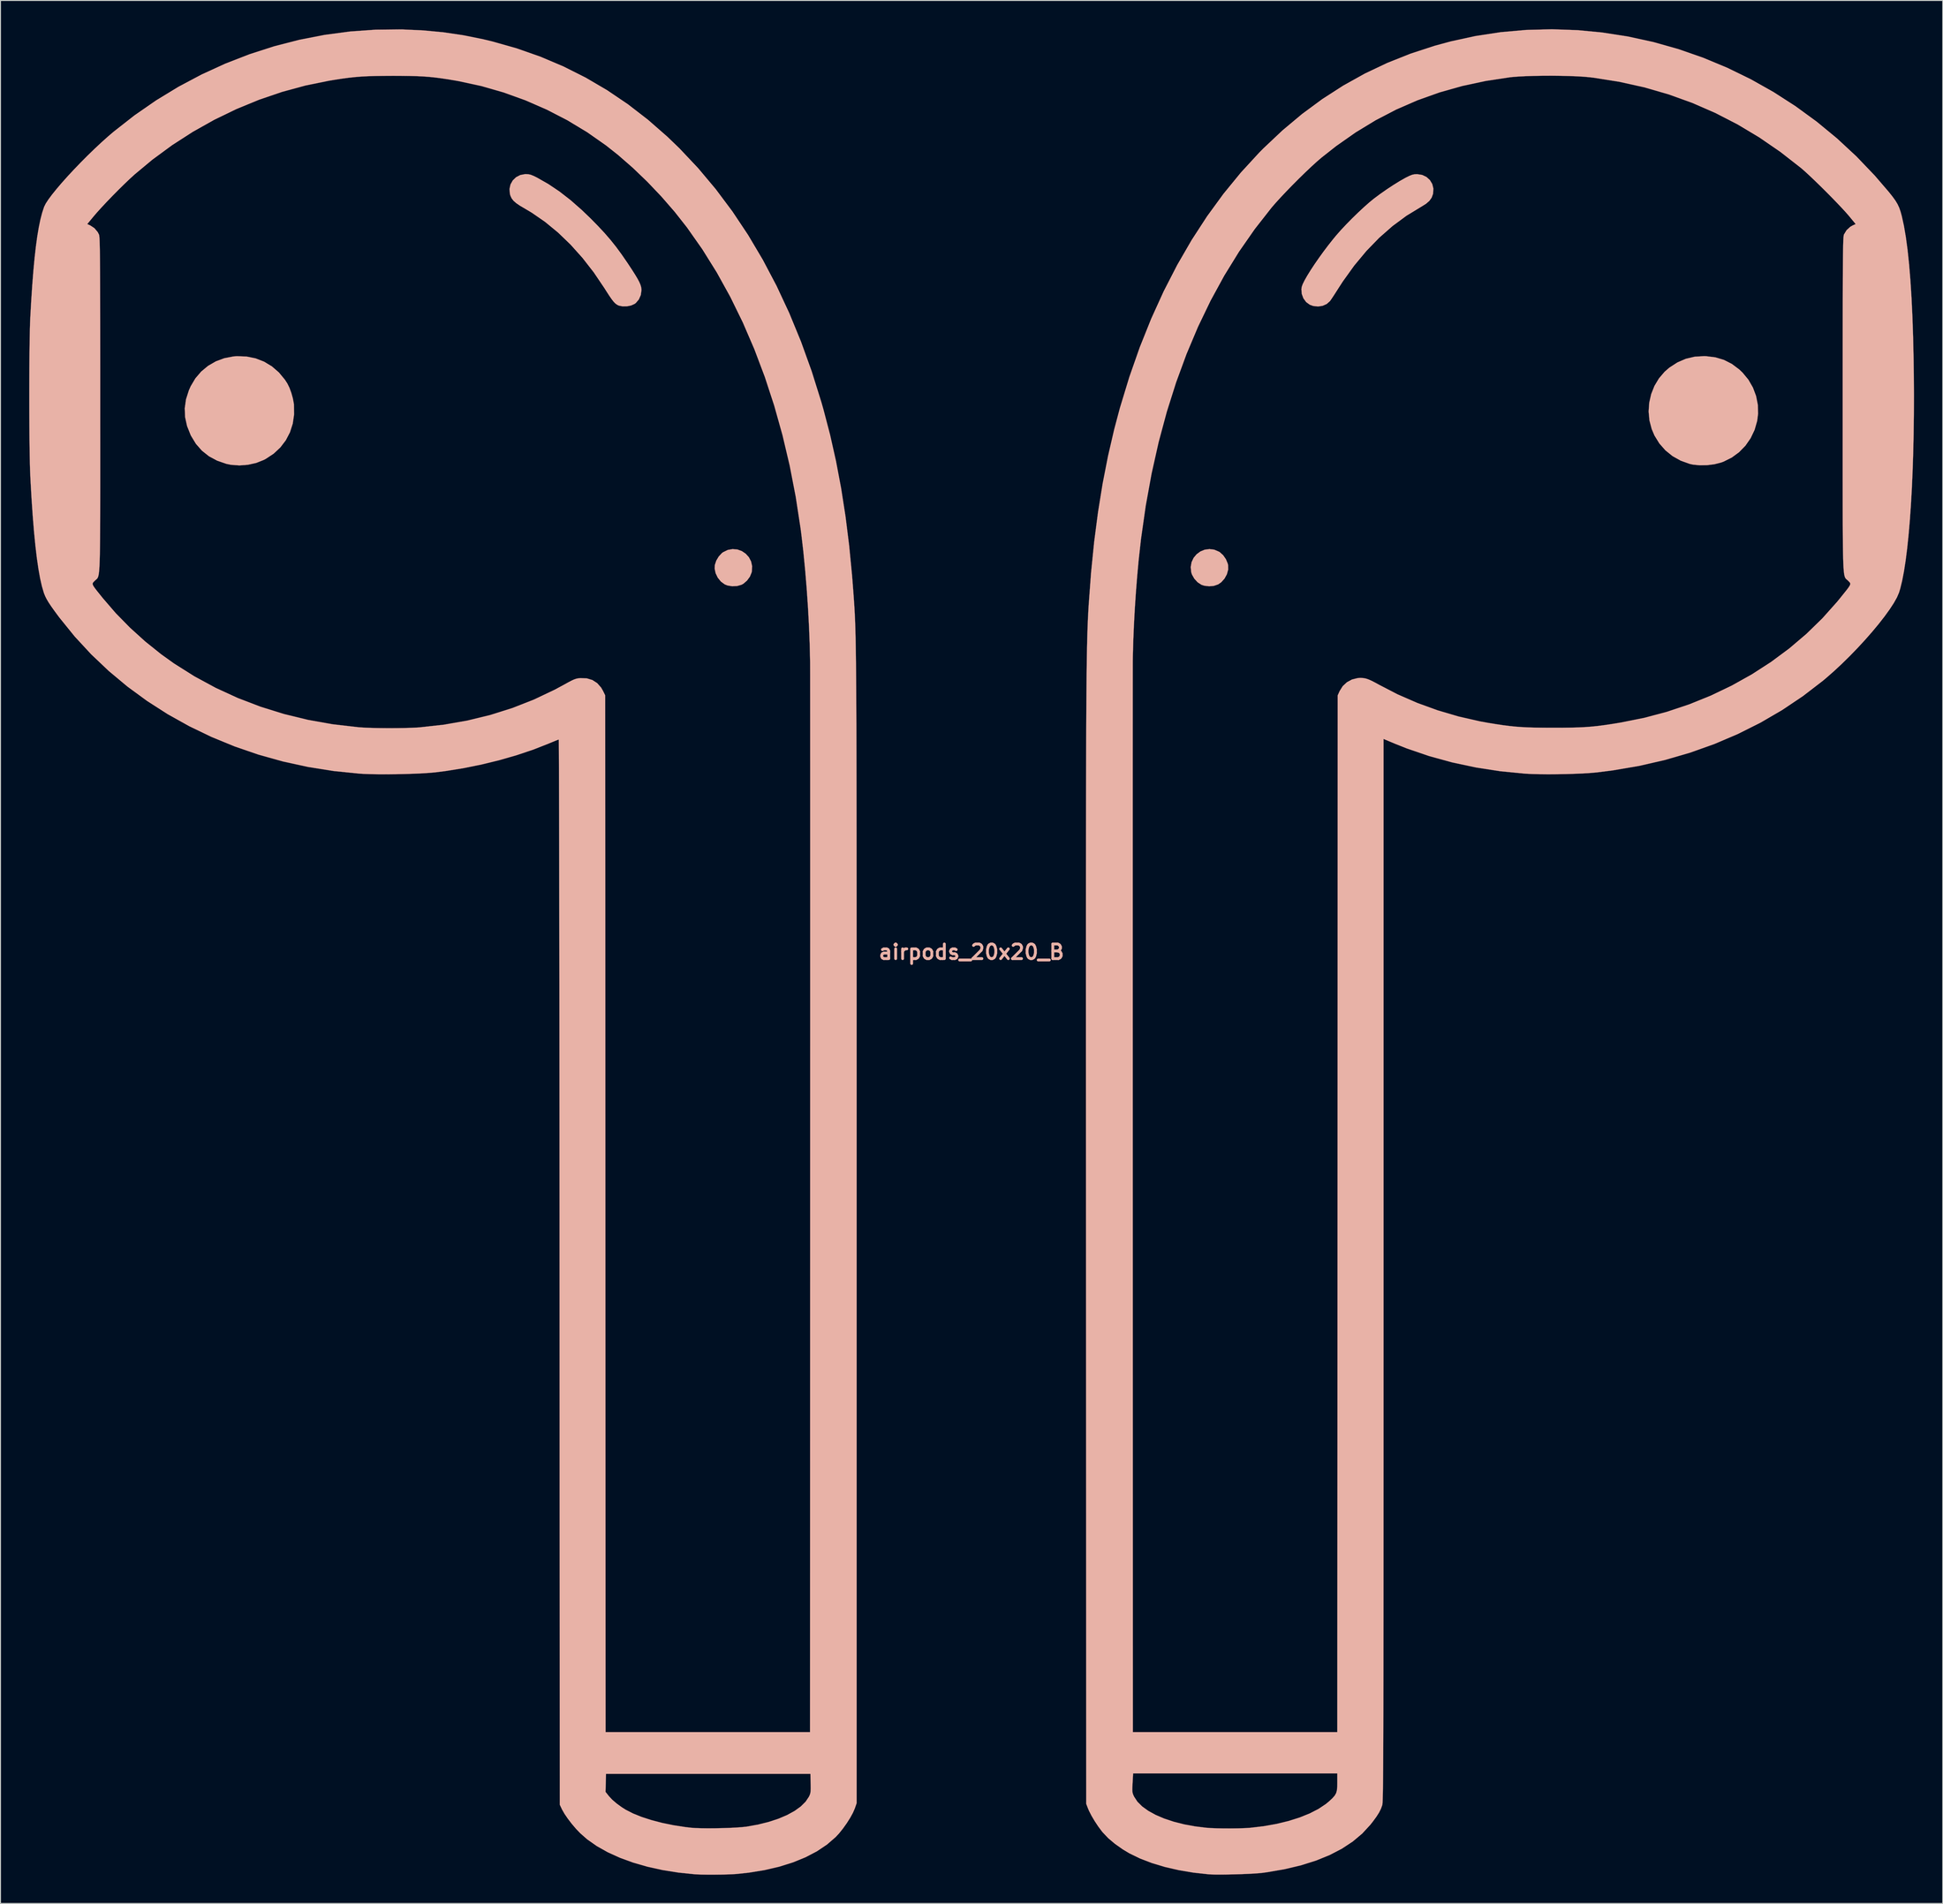
<source format=kicad_pcb>
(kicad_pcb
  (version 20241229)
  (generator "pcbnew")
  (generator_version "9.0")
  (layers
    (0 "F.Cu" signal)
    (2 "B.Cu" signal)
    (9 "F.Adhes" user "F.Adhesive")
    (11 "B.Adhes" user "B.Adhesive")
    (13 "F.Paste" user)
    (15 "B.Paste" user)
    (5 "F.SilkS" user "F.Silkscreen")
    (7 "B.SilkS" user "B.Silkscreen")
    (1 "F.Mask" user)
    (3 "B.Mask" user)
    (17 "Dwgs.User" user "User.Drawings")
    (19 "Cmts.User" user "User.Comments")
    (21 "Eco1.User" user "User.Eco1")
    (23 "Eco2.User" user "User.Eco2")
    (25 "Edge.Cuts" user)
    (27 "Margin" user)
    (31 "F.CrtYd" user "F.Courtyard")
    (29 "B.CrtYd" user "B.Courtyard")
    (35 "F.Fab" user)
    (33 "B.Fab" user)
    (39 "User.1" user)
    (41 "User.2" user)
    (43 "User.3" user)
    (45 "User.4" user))
  (footprint "airpods_20x20_B"
    (layer "F.Cu")
    (at 98.342 96.347)
    (property "Reference" "airpods_20x20_B" (at 0 0 0) (layer "B.SilkS") (effects (font (size 1.524 1.524) (thickness 0.3))))
    (attr through_hole)
    (fp_poly (pts (xy -24.427 -42.024) (xy -23.966 -41.857) (xy -23.56 -41.583) (xy -23.232 -41.219) (xy -23.001 -40.779) (xy -22.891 -40.278) (xy -22.921 -39.731) (xy -22.942 -39.634) (xy -23.122 -39.192) (xy -23.422 -38.781) (xy -23.796 -38.457) (xy -23.998 -38.344) (xy -24.457 -38.212) (xy -24.967 -38.187) (xy -25.459 -38.268) (xy -25.747 -38.382) (xy -26.152 -38.679) (xy -26.478 -39.083) (xy -26.702 -39.549) (xy -26.804 -40.038) (xy -26.784 -40.404) (xy -26.633 -40.863) (xy -26.372 -41.3) (xy -26.043 -41.652) (xy -25.927 -41.738) (xy -25.429 -41.98) (xy -24.922 -42.07) (xy -24.427 -42.024)) (stroke (width 0.01) (type solid)) (fill yes) (layer "B.SilkS"))
    (fp_poly (pts (xy 25.342 -42.006) (xy 25.844 -41.791) (xy 25.927 -41.738) (xy 26.27 -41.428) (xy 26.558 -41.012) (xy 26.749 -40.553) (xy 26.784 -40.404) (xy 26.793 -39.928) (xy 26.661 -39.441) (xy 26.412 -38.985) (xy 26.067 -38.602) (xy 25.747 -38.382) (xy 25.306 -38.23) (xy 24.801 -38.184) (xy 24.3 -38.243) (xy 23.998 -38.344) (xy 23.604 -38.604) (xy 23.261 -38.978) (xy 23.015 -39.412) (xy 22.942 -39.634) (xy 22.885 -40.187) (xy 22.973 -40.697) (xy 23.185 -41.149) (xy 23.498 -41.527) (xy 23.892 -41.817) (xy 24.345 -42.004) (xy 24.836 -42.071) (xy 25.342 -42.006)) (stroke (width 0.01) (type solid)) (fill yes) (layer "B.SilkS"))
    (fp_poly (pts (xy 76.666 -62.208) (xy 77.638 -62.089) (xy 78.534 -61.821) (xy 79.363 -61.4) (xy 80.133 -60.822) (xy 80.48 -60.492) (xy 81.087 -59.757) (xy 81.56 -58.938) (xy 81.891 -58.057) (xy 82.074 -57.136) (xy 82.101 -56.2) (xy 82.006 -55.453) (xy 81.737 -54.513) (xy 81.324 -53.646) (xy 80.782 -52.866) (xy 80.123 -52.189) (xy 79.36 -51.629) (xy 78.506 -51.202) (xy 78.23 -51.101) (xy 77.534 -50.924) (xy 76.772 -50.829) (xy 76.002 -50.817) (xy 75.285 -50.891) (xy 74.962 -50.963) (xy 74.023 -51.3) (xy 73.175 -51.775) (xy 72.43 -52.377) (xy 71.798 -53.096) (xy 71.29 -53.921) (xy 71.001 -54.598) (xy 70.762 -55.504) (xy 70.678 -56.43) (xy 70.741 -57.352) (xy 70.946 -58.25) (xy 71.285 -59.102) (xy 71.754 -59.887) (xy 72.345 -60.581) (xy 72.851 -61.02) (xy 73.689 -61.56) (xy 74.562 -61.937) (xy 75.483 -62.154) (xy 76.464 -62.214) (xy 76.666 -62.208)) (stroke (width 0.01) (type solid)) (fill yes) (layer "B.SilkS"))
    (fp_poly (pts (xy -75.665 -62.172) (xy -74.714 -61.979) (xy -73.826 -61.633) (xy -73.012 -61.141) (xy -72.284 -60.51) (xy -71.653 -59.746) (xy -71.399 -59.351) (xy -71.183 -58.912) (xy -70.985 -58.373) (xy -70.825 -57.8) (xy -70.726 -57.263) (xy -70.714 -57.156) (xy -70.697 -56.139) (xy -70.837 -55.171) (xy -71.128 -54.264) (xy -71.562 -53.43) (xy -72.134 -52.68) (xy -72.836 -52.026) (xy -73.663 -51.481) (xy -73.859 -51.378) (xy -74.65 -51.064) (xy -75.515 -50.871) (xy -76.408 -50.803) (xy -77.279 -50.866) (xy -77.766 -50.966) (xy -78.73 -51.3) (xy -79.581 -51.759) (xy -80.318 -52.344) (xy -80.941 -53.054) (xy -81.45 -53.889) (xy -81.493 -53.975) (xy -81.867 -54.914) (xy -82.072 -55.844) (xy -82.109 -56.771) (xy -81.978 -57.702) (xy -81.678 -58.642) (xy -81.488 -59.07) (xy -81.001 -59.89) (xy -80.391 -60.603) (xy -79.674 -61.199) (xy -78.865 -61.667) (xy -77.98 -61.997) (xy -77.035 -62.18) (xy -76.666 -62.208) (xy -75.665 -62.172)) (stroke (width 0.01) (type solid)) (fill yes) (layer "B.SilkS"))
    (fp_poly (pts (xy -46.24 -81.204) (xy -45.986 -81.146) (xy -45.693 -81.028) (xy -45.353 -80.859) (xy -44.17 -80.186) (xy -43.005 -79.404) (xy -41.84 -78.499) (xy -40.655 -77.458) (xy -39.745 -76.582) (xy -38.96 -75.782) (xy -38.276 -75.047) (xy -37.663 -74.337) (xy -37.087 -73.615) (xy -36.519 -72.842) (xy -35.924 -71.978) (xy -35.86 -71.882) (xy -35.436 -71.24) (xy -35.102 -70.715) (xy -34.848 -70.289) (xy -34.665 -69.943) (xy -34.543 -69.656) (xy -34.472 -69.412) (xy -34.442 -69.189) (xy -34.44 -69.099) (xy -34.512 -68.592) (xy -34.715 -68.133) (xy -35.027 -67.766) (xy -35.159 -67.666) (xy -35.52 -67.503) (xy -35.956 -67.415) (xy -36.403 -67.408) (xy -36.793 -67.487) (xy -36.895 -67.53) (xy -37.053 -67.624) (xy -37.207 -67.75) (xy -37.372 -67.927) (xy -37.564 -68.177) (xy -37.8 -68.519) (xy -38.095 -68.975) (xy -38.317 -69.325) (xy -39.416 -70.954) (xy -40.594 -72.468) (xy -41.841 -73.859) (xy -43.147 -75.117) (xy -44.502 -76.232) (xy -45.896 -77.194) (xy -46.586 -77.604) (xy -47.117 -77.917) (xy -47.513 -78.187) (xy -47.797 -78.437) (xy -47.991 -78.688) (xy -48.118 -78.961) (xy -48.171 -79.144) (xy -48.215 -79.659) (xy -48.11 -80.139) (xy -47.875 -80.558) (xy -47.529 -80.894) (xy -47.091 -81.122) (xy -46.582 -81.218) (xy -46.507 -81.22) (xy -46.24 -81.204)) (stroke (width 0.01) (type solid)) (fill yes) (layer "B.SilkS"))
    (fp_poly (pts (xy 46.515 -81.214) (xy 47.038 -81.134) (xy 47.488 -80.92) (xy 47.847 -80.596) (xy 48.094 -80.185) (xy 48.212 -79.711) (xy 48.182 -79.196) (xy 48.171 -79.144) (xy 48.031 -78.76) (xy 47.795 -78.427) (xy 47.439 -78.118) (xy 46.941 -77.808) (xy 46.92 -77.796) (xy 45.406 -76.874) (xy 43.947 -75.795) (xy 42.548 -74.565) (xy 41.214 -73.188) (xy 39.951 -71.67) (xy 38.764 -70.017) (xy 38.316 -69.325) (xy 38.057 -68.918) (xy 37.815 -68.544) (xy 37.611 -68.235) (xy 37.465 -68.023) (xy 37.421 -67.963) (xy 37.081 -67.66) (xy 36.648 -67.468) (xy 36.165 -67.395) (xy 35.672 -67.449) (xy 35.32 -67.576) (xy 34.936 -67.856) (xy 34.649 -68.246) (xy 34.477 -68.707) (xy 34.438 -69.201) (xy 34.473 -69.448) (xy 34.576 -69.736) (xy 34.774 -70.134) (xy 35.053 -70.625) (xy 35.402 -71.187) (xy 35.807 -71.803) (xy 36.256 -72.452) (xy 36.734 -73.115) (xy 37.23 -73.772) (xy 37.73 -74.405) (xy 38.058 -74.803) (xy 38.541 -75.353) (xy 39.105 -75.955) (xy 39.717 -76.578) (xy 40.347 -77.193) (xy 40.962 -77.767) (xy 41.531 -78.27) (xy 41.995 -78.65) (xy 42.634 -79.127) (xy 43.324 -79.611) (xy 44.022 -80.072) (xy 44.685 -80.483) (xy 45.27 -80.816) (xy 45.352 -80.859) (xy 45.719 -81.04) (xy 45.997 -81.149) (xy 46.241 -81.201) (xy 46.505 -81.214) (xy 46.515 -81.214)) (stroke (width 0.01) (type solid)) (fill yes) (layer "B.SilkS"))
    (fp_poly (pts (xy 63.272 -96.247) (xy 65.799 -96.008) (xy 68.506 -95.588) (xy 71.175 -95.006) (xy 73.799 -94.265) (xy 76.371 -93.368) (xy 78.885 -92.321) (xy 81.334 -91.126) (xy 83.711 -89.787) (xy 86.008 -88.308) (xy 88.221 -86.693) (xy 90.341 -84.945) (xy 92.362 -83.069) (xy 94.277 -81.067) (xy 95.734 -79.371) (xy 96.131 -78.872) (xy 96.433 -78.455) (xy 96.659 -78.078) (xy 96.834 -77.702) (xy 96.977 -77.286) (xy 97.1 -76.835) (xy 97.322 -75.825) (xy 97.523 -74.648) (xy 97.704 -73.306) (xy 97.862 -71.799) (xy 98 -70.129) (xy 98.116 -68.297) (xy 98.211 -66.303) (xy 98.284 -64.15) (xy 98.335 -61.838) (xy 98.356 -60.325) (xy 98.369 -58.178) (xy 98.362 -56.08) (xy 98.336 -54.04) (xy 98.291 -52.067) (xy 98.228 -50.17) (xy 98.148 -48.358) (xy 98.05 -46.639) (xy 97.936 -45.022) (xy 97.806 -43.516) (xy 97.661 -42.129) (xy 97.502 -40.871) (xy 97.328 -39.75) (xy 97.141 -38.775) (xy 96.942 -37.955) (xy 96.81 -37.523) (xy 96.597 -37.025) (xy 96.265 -36.434) (xy 95.827 -35.764) (xy 95.296 -35.03) (xy 94.685 -34.247) (xy 94.004 -33.428) (xy 93.268 -32.589) (xy 92.488 -31.743) (xy 91.678 -30.906) (xy 90.849 -30.091) (xy 90.014 -29.314) (xy 89.185 -28.588) (xy 88.858 -28.314) (xy 86.787 -26.722) (xy 84.616 -25.265) (xy 82.347 -23.943) (xy 79.985 -22.759) (xy 77.534 -21.714) (xy 74.997 -20.81) (xy 72.378 -20.048) (xy 69.681 -19.43) (xy 66.91 -18.957) (xy 65.278 -18.751) (xy 64.639 -18.694) (xy 63.867 -18.645) (xy 63 -18.607) (xy 62.072 -18.579) (xy 61.121 -18.562) (xy 60.184 -18.557) (xy 59.297 -18.564) (xy 58.496 -18.584) (xy 57.817 -18.618) (xy 57.785 -18.62) (xy 55.196 -18.873) (xy 52.651 -19.267) (xy 50.166 -19.797) (xy 47.757 -20.461) (xy 45.439 -21.254) (xy 44.217 -21.74) (xy 43.011 -22.245) (xy 43.011 33.185) (xy 43.011 36.873) (xy 43.011 40.396) (xy 43.01 43.757) (xy 43.01 46.96) (xy 43.01 50.009) (xy 43.01 52.907) (xy 43.009 55.659) (xy 43.008 58.268) (xy 43.008 60.738) (xy 43.007 63.073) (xy 43.006 65.277) (xy 43.005 67.353) (xy 43.004 69.305) (xy 43.002 71.137) (xy 43 72.853) (xy 42.999 74.456) (xy 42.997 75.951) (xy 42.994 77.341) (xy 42.992 78.63) (xy 42.989 79.821) (xy 42.987 80.919) (xy 42.984 81.928) (xy 42.98 82.85) (xy 42.977 83.691) (xy 42.973 84.453) (xy 42.969 85.141) (xy 42.964 85.758) (xy 42.96 86.308) (xy 42.955 86.795) (xy 42.949 87.223) (xy 42.944 87.595) (xy 42.938 87.915) (xy 42.931 88.188) (xy 42.925 88.416) (xy 42.918 88.604) (xy 42.91 88.755) (xy 42.903 88.874) (xy 42.894 88.963) (xy 42.886 89.028) (xy 42.877 89.071) (xy 42.876 89.075) (xy 42.739 89.456) (xy 42.541 89.85) (xy 42.265 90.285) (xy 41.893 90.792) (xy 41.627 91.129) (xy 40.783 92.044) (xy 39.793 92.875) (xy 38.658 93.623) (xy 37.38 94.286) (xy 35.96 94.863) (xy 34.399 95.355) (xy 32.699 95.76) (xy 30.862 96.078) (xy 30.388 96.143) (xy 30.002 96.182) (xy 29.484 96.219) (xy 28.869 96.251) (xy 28.192 96.279) (xy 27.485 96.3) (xy 26.784 96.316) (xy 26.121 96.323) (xy 25.533 96.323) (xy 25.051 96.312) (xy 24.765 96.297) (xy 23.165 96.121) (xy 21.63 95.862) (xy 20.177 95.526) (xy 18.823 95.118) (xy 17.585 94.642) (xy 16.479 94.103) (xy 15.812 93.704) (xy 14.975 93.114) (xy 14.282 92.529) (xy 13.712 91.93) (xy 13.605 91.8) (xy 13.225 91.29) (xy 12.856 90.731) (xy 12.526 90.171) (xy 12.265 89.66) (xy 12.161 89.415) (xy 11.98 88.942) (xy 11.98 87.491) (xy 16.789 87.491) (xy 16.804 87.709) (xy 16.845 87.886) (xy 16.916 88.064) (xy 16.979 88.195) (xy 17.323 88.719) (xy 17.822 89.215) (xy 18.464 89.677) (xy 19.236 90.1) (xy 20.126 90.48) (xy 21.12 90.809) (xy 22.207 91.084) (xy 23.373 91.297) (xy 24.469 91.432) (xy 24.994 91.47) (xy 25.642 91.495) (xy 26.366 91.508) (xy 27.118 91.509) (xy 27.852 91.499) (xy 28.521 91.476) (xy 29.079 91.441) (xy 29.125 91.436) (xy 30.518 91.271) (xy 31.847 91.034) (xy 33.097 90.73) (xy 34.253 90.365) (xy 35.298 89.944) (xy 36.217 89.472) (xy 36.994 88.954) (xy 37.338 88.668) (xy 37.681 88.346) (xy 37.916 88.078) (xy 38.064 87.817) (xy 38.145 87.519) (xy 38.179 87.137) (xy 38.185 86.71) (xy 38.185 85.767) (xy 16.874 85.767) (xy 16.818 86.759) (xy 16.795 87.188) (xy 16.789 87.491) (xy 11.98 87.491) (xy 11.955 31.03) (xy 11.953 27.12) (xy 11.952 23.374) (xy 11.95 19.79) (xy 11.949 16.364) (xy 11.948 13.092) (xy 11.947 9.969) (xy 11.947 6.992) (xy 11.946 4.157) (xy 11.946 1.461) (xy 11.947 -1.102) (xy 11.947 -3.534) (xy 11.948 -5.839) (xy 11.949 -8.023) (xy 11.949 -8.288) (xy 16.831 -8.288) (xy 16.831 -5.947) (xy 16.831 -3.519) (xy 16.831 -1.009) (xy 16.832 1.578) (xy 16.832 4.238) (xy 16.832 6.966) (xy 16.833 9.757) (xy 16.833 12.608) (xy 16.833 15.513) (xy 16.834 18.467) (xy 16.835 21.467) (xy 16.835 24.507) (xy 16.836 26.268) (xy 16.849 81.449) (xy 38.184 81.449) (xy 38.206 27.326) (xy 38.227 -26.797) (xy 38.429 -27.245) (xy 38.751 -27.759) (xy 39.19 -28.167) (xy 39.72 -28.453) (xy 40.316 -28.601) (xy 40.602 -28.617) (xy 40.887 -28.603) (xy 41.162 -28.553) (xy 41.46 -28.453) (xy 41.815 -28.293) (xy 42.261 -28.059) (xy 42.545 -27.901) (xy 44.483 -26.898) (xy 46.529 -26.006) (xy 48.656 -25.233) (xy 50.836 -24.59) (xy 53.041 -24.086) (xy 53.906 -23.929) (xy 54.721 -23.795) (xy 55.446 -23.686) (xy 56.114 -23.6) (xy 56.757 -23.533) (xy 57.407 -23.484) (xy 58.096 -23.45) (xy 58.857 -23.429) (xy 59.721 -23.418) (xy 60.722 -23.415) (xy 60.748 -23.415) (xy 61.742 -23.417) (xy 62.599 -23.428) (xy 63.354 -23.448) (xy 64.038 -23.481) (xy 64.685 -23.529) (xy 65.329 -23.594) (xy 66.001 -23.681) (xy 66.736 -23.789) (xy 67.567 -23.924) (xy 67.812 -23.965) (xy 70.234 -24.451) (xy 72.609 -25.085) (xy 74.927 -25.861) (xy 77.181 -26.774) (xy 79.359 -27.819) (xy 81.454 -28.99) (xy 83.456 -30.283) (xy 85.356 -31.692) (xy 87.144 -33.212) (xy 88.812 -34.838) (xy 90.351 -36.564) (xy 90.653 -36.934) (xy 91.037 -37.412) (xy 91.327 -37.776) (xy 91.531 -38.045) (xy 91.659 -38.241) (xy 91.72 -38.381) (xy 91.722 -38.487) (xy 91.675 -38.577) (xy 91.588 -38.672) (xy 91.499 -38.761) (xy 91.434 -38.822) (xy 91.374 -38.873) (xy 91.319 -38.919) (xy 91.268 -38.968) (xy 91.223 -39.026) (xy 91.181 -39.101) (xy 91.144 -39.198) (xy 91.11 -39.326) (xy 91.08 -39.49) (xy 91.054 -39.699) (xy 91.031 -39.958) (xy 91.011 -40.274) (xy 90.994 -40.655) (xy 90.979 -41.107) (xy 90.967 -41.638) (xy 90.957 -42.253) (xy 90.949 -42.961) (xy 90.943 -43.767) (xy 90.938 -44.679) (xy 90.935 -45.703) (xy 90.933 -46.847) (xy 90.932 -48.117) (xy 90.931 -49.52) (xy 90.931 -51.063) (xy 90.931 -52.754) (xy 90.932 -54.598) (xy 90.932 -56.602) (xy 90.932 -57.15) (xy 90.932 -59.189) (xy 90.932 -61.066) (xy 90.933 -62.787) (xy 90.934 -64.36) (xy 90.935 -65.789) (xy 90.937 -67.084) (xy 90.939 -68.25) (xy 90.942 -69.294) (xy 90.945 -70.223) (xy 90.949 -71.043) (xy 90.954 -71.762) (xy 90.959 -72.387) (xy 90.965 -72.923) (xy 90.972 -73.378) (xy 90.98 -73.759) (xy 90.989 -74.072) (xy 90.998 -74.324) (xy 91.009 -74.523) (xy 91.021 -74.674) (xy 91.034 -74.784) (xy 91.048 -74.861) (xy 91.063 -74.911) (xy 91.063 -74.912) (xy 91.337 -75.363) (xy 91.724 -75.719) (xy 91.969 -75.858) (xy 92.286 -76.003) (xy 91.593 -76.843) (xy 91.27 -77.215) (xy 90.846 -77.678) (xy 90.344 -78.208) (xy 89.788 -78.782) (xy 89.2 -79.376) (xy 88.605 -79.967) (xy 88.025 -80.531) (xy 87.485 -81.044) (xy 87.008 -81.484) (xy 86.618 -81.827) (xy 86.572 -81.865) (xy 84.431 -83.536) (xy 82.228 -85.05) (xy 79.963 -86.407) (xy 77.633 -87.607) (xy 75.239 -88.651) (xy 72.778 -89.539) (xy 70.25 -90.272) (xy 67.654 -90.85) (xy 64.988 -91.274) (xy 64.558 -91.327) (xy 63.959 -91.383) (xy 63.226 -91.427) (xy 62.391 -91.459) (xy 61.488 -91.48) (xy 60.548 -91.488) (xy 59.603 -91.485) (xy 58.685 -91.47) (xy 57.828 -91.443) (xy 57.063 -91.403) (xy 56.422 -91.352) (xy 56.219 -91.33) (xy 53.673 -90.944) (xy 51.22 -90.418) (xy 48.851 -89.748) (xy 46.561 -88.931) (xy 44.344 -87.966) (xy 42.194 -86.848) (xy 40.104 -85.577) (xy 38.068 -84.149) (xy 36.534 -82.94) (xy 36.049 -82.523) (xy 35.479 -82.003) (xy 34.851 -81.407) (xy 34.19 -80.762) (xy 33.523 -80.093) (xy 32.876 -79.427) (xy 32.274 -78.789) (xy 31.743 -78.206) (xy 31.331 -77.729) (xy 29.574 -75.487) (xy 27.926 -73.119) (xy 26.388 -70.625) (xy 24.961 -68.011) (xy 23.646 -65.279) (xy 22.446 -62.433) (xy 21.36 -59.475) (xy 20.39 -56.41) (xy 19.537 -53.24) (xy 18.804 -49.968) (xy 18.19 -46.599) (xy 17.697 -43.134) (xy 17.448 -40.894) (xy 17.297 -39.249) (xy 17.163 -37.539) (xy 17.048 -35.808) (xy 16.956 -34.099) (xy 16.888 -32.454) (xy 16.847 -30.918) (xy 16.839 -30.395) (xy 16.838 -30.229) (xy 16.837 -29.897) (xy 16.837 -29.406) (xy 16.836 -28.759) (xy 16.835 -27.961) (xy 16.835 -27.017) (xy 16.834 -25.931) (xy 16.834 -24.708) (xy 16.833 -23.352) (xy 16.833 -21.869) (xy 16.832 -20.262) (xy 16.832 -18.536) (xy 16.832 -16.697) (xy 16.831 -14.747) (xy 16.831 -12.693) (xy 16.831 -10.539) (xy 16.831 -8.288) (xy 11.949 -8.288) (xy 11.951 -10.087) (xy 11.952 -12.037) (xy 11.955 -13.876) (xy 11.957 -15.609) (xy 11.96 -17.238) (xy 11.964 -18.768) (xy 11.968 -20.203) (xy 11.972 -21.547) (xy 11.977 -22.803) (xy 11.982 -23.976) (xy 11.988 -25.069) (xy 11.994 -26.087) (xy 12.001 -27.033) (xy 12.009 -27.911) (xy 12.017 -28.725) (xy 12.025 -29.479) (xy 12.035 -30.177) (xy 12.044 -30.823) (xy 12.055 -31.42) (xy 12.066 -31.973) (xy 12.078 -32.485) (xy 12.09 -32.961) (xy 12.104 -33.404) (xy 12.117 -33.818) (xy 12.132 -34.207) (xy 12.147 -34.575) (xy 12.164 -34.926) (xy 12.181 -35.264) (xy 12.198 -35.593) (xy 12.217 -35.916) (xy 12.236 -36.237) (xy 12.236 -36.237) (xy 12.485 -39.603) (xy 12.809 -42.829) (xy 13.212 -45.927) (xy 13.694 -48.912) (xy 14.258 -51.794) (xy 14.906 -54.588) (xy 15.496 -56.805) (xy 16.478 -60.031) (xy 17.567 -63.138) (xy 18.764 -66.124) (xy 20.066 -68.987) (xy 21.473 -71.725) (xy 22.983 -74.335) (xy 24.595 -76.816) (xy 26.308 -79.165) (xy 28.12 -81.38) (xy 30.031 -83.459) (xy 30.475 -83.908) (xy 32.458 -85.778) (xy 34.505 -87.492) (xy 36.619 -89.052) (xy 38.805 -90.46) (xy 41.066 -91.719) (xy 43.405 -92.828) (xy 45.826 -93.792) (xy 48.332 -94.612) (xy 50.038 -95.076) (xy 52.627 -95.639) (xy 55.252 -96.038) (xy 57.907 -96.272) (xy 60.582 -96.342) (xy 63.272 -96.247)) (stroke (width 0.01) (type solid)) (fill yes) (layer "B.SilkS"))
    (fp_poly (pts (xy -59.394 -96.323) (xy -57.208 -96.222) (xy -55.117 -96.025) (xy -53.074 -95.724) (xy -51.029 -95.313) (xy -50.038 -95.076) (xy -47.469 -94.349) (xy -44.986 -93.477) (xy -42.584 -92.458) (xy -40.263 -91.291) (xy -38.02 -89.975) (xy -35.851 -88.508) (xy -33.755 -86.888) (xy -31.73 -85.116) (xy -30.477 -83.908) (xy -28.534 -81.847) (xy -26.692 -79.651) (xy -24.95 -77.321) (xy -23.31 -74.859) (xy -21.773 -72.266) (xy -20.34 -69.546) (xy -19.012 -66.698) (xy -17.79 -63.726) (xy -16.675 -60.631) (xy -15.667 -57.415) (xy -15.452 -56.661) (xy -14.754 -53.994) (xy -14.138 -51.253) (xy -13.603 -48.423) (xy -13.146 -45.49) (xy -12.765 -42.44) (xy -12.456 -39.257) (xy -12.324 -37.55) (xy -12.303 -37.245) (xy -12.282 -36.954) (xy -12.262 -36.671) (xy -12.243 -36.393) (xy -12.225 -36.116) (xy -12.208 -35.836) (xy -12.192 -35.549) (xy -12.176 -35.251) (xy -12.161 -34.939) (xy -12.147 -34.608) (xy -12.134 -34.255) (xy -12.121 -33.875) (xy -12.11 -33.465) (xy -12.098 -33.02) (xy -12.088 -32.538) (xy -12.078 -32.013) (xy -12.069 -31.443) (xy -12.06 -30.823) (xy -12.052 -30.149) (xy -12.045 -29.417) (xy -12.038 -28.624) (xy -12.031 -27.765) (xy -12.025 -26.838) (xy -12.02 -25.836) (xy -12.015 -24.758) (xy -12.01 -23.599) (xy -12.006 -22.354) (xy -12.002 -21.021) (xy -11.999 -19.595) (xy -11.996 -18.072) (xy -11.993 -16.449) (xy -11.991 -14.721) (xy -11.989 -12.885) (xy -11.987 -10.936) (xy -11.986 -8.872) (xy -11.984 -6.687) (xy -11.983 -4.378) (xy -11.982 -1.941) (xy -11.982 0.628) (xy -11.981 3.332) (xy -11.981 6.176) (xy -11.981 9.164) (xy -11.98 12.299) (xy -11.98 15.585) (xy -11.98 19.027) (xy -11.98 22.627) (xy -11.98 26.391) (xy -11.98 28.744) (xy -11.98 88.858) (xy -12.174 89.417) (xy -12.368 89.868) (xy -12.657 90.395) (xy -13.013 90.957) (xy -13.409 91.513) (xy -13.816 92.022) (xy -14.175 92.409) (xy -15.078 93.189) (xy -16.125 93.891) (xy -17.308 94.511) (xy -18.62 95.048) (xy -20.053 95.498) (xy -21.6 95.859) (xy -23.252 96.127) (xy -24.511 96.262) (xy -24.956 96.29) (xy -25.522 96.312) (xy -26.166 96.326) (xy -26.843 96.333) (xy -27.508 96.333) (xy -28.119 96.324) (xy -28.632 96.307) (xy -28.871 96.293) (xy -30.594 96.116) (xy -32.249 95.851) (xy -33.825 95.502) (xy -35.311 95.073) (xy -36.694 94.568) (xy -37.962 93.992) (xy -39.104 93.349) (xy -40.108 92.643) (xy -40.827 92.011) (xy -41.273 91.545) (xy -41.716 91.024) (xy -42.126 90.489) (xy -42.473 89.98) (xy -42.726 89.538) (xy -42.748 89.493) (xy -42.968 89.027) (xy -42.969 87.693) (xy -38.19 87.693) (xy -37.844 88.131) (xy -37.496 88.505) (xy -37.033 88.904) (xy -36.497 89.294) (xy -36.079 89.558) (xy -35.317 89.947) (xy -34.412 90.311) (xy -33.39 90.641) (xy -32.278 90.931) (xy -31.1 91.173) (xy -29.883 91.361) (xy -29.252 91.435) (xy -28.794 91.467) (xy -28.205 91.486) (xy -27.523 91.494) (xy -26.785 91.49) (xy -26.026 91.475) (xy -25.284 91.451) (xy -24.595 91.417) (xy -23.996 91.375) (xy -23.524 91.326) (xy -23.465 91.318) (xy -22.272 91.104) (xy -21.164 90.828) (xy -20.152 90.496) (xy -19.248 90.112) (xy -18.464 89.683) (xy -17.813 89.214) (xy -17.306 88.711) (xy -16.964 88.199) (xy -16.875 88.009) (xy -16.818 87.831) (xy -16.786 87.623) (xy -16.775 87.342) (xy -16.779 86.947) (xy -16.783 86.802) (xy -16.806 85.81) (xy -38.142 85.81) (xy -38.19 87.693) (xy -42.969 87.693) (xy -42.99 33.422) (xy -42.991 30.36) (xy -42.992 27.341) (xy -42.994 24.368) (xy -42.996 21.445) (xy -42.998 18.578) (xy -43 15.771) (xy -43.002 13.028) (xy -43.004 10.354) (xy -43.007 7.752) (xy -43.009 5.228) (xy -43.012 2.786) (xy -43.015 0.43) (xy -43.018 -1.835) (xy -43.021 -4.005) (xy -43.024 -6.076) (xy -43.027 -8.042) (xy -43.03 -9.9) (xy -43.033 -11.645) (xy -43.037 -13.273) (xy -43.04 -14.78) (xy -43.044 -16.16) (xy -43.047 -17.41) (xy -43.051 -18.525) (xy -43.054 -19.5) (xy -43.058 -20.332) (xy -43.061 -21.015) (xy -43.065 -21.546) (xy -43.068 -21.92) (xy -43.072 -22.132) (xy -43.075 -22.183) (xy -43.172 -22.151) (xy -43.394 -22.065) (xy -43.709 -21.937) (xy -44.086 -21.78) (xy -44.154 -21.751) (xy -45.747 -21.126) (xy -47.47 -20.549) (xy -49.286 -20.026) (xy -51.16 -19.569) (xy -53.056 -19.186) (xy -54.937 -18.885) (xy -56.007 -18.752) (xy -56.619 -18.698) (xy -57.366 -18.651) (xy -58.213 -18.613) (xy -59.126 -18.584) (xy -60.069 -18.564) (xy -61.009 -18.556) (xy -61.91 -18.558) (xy -62.738 -18.571) (xy -63.459 -18.597) (xy -63.855 -18.621) (xy -66.574 -18.896) (xy -69.245 -19.322) (xy -71.861 -19.893) (xy -74.415 -20.608) (xy -76.901 -21.463) (xy -79.313 -22.454) (xy -81.644 -23.578) (xy -83.889 -24.831) (xy -86.04 -26.212) (xy -88.092 -27.715) (xy -90.037 -29.339) (xy -91.871 -31.079) (xy -93.586 -32.932) (xy -95.175 -34.895) (xy -95.262 -35.01) (xy -95.701 -35.603) (xy -96.047 -36.09) (xy -96.315 -36.492) (xy -96.518 -36.835) (xy -96.672 -37.141) (xy -96.791 -37.434) (xy -96.818 -37.511) (xy -97.018 -38.192) (xy -97.206 -39.023) (xy -97.382 -40.008) (xy -97.547 -41.148) (xy -97.7 -42.446) (xy -97.843 -43.903) (xy -97.974 -45.522) (xy -98.096 -47.306) (xy -98.207 -49.255) (xy -98.229 -49.699) (xy -98.253 -50.284) (xy -98.274 -51.015) (xy -98.292 -51.874) (xy -98.307 -52.841) (xy -98.319 -53.895) (xy -98.328 -55.017) (xy -98.334 -56.188) (xy -98.337 -57.387) (xy -98.337 -58.596) (xy -98.334 -59.794) (xy -98.329 -60.961) (xy -98.32 -62.079) (xy -98.308 -63.126) (xy -98.293 -64.085) (xy -98.276 -64.934) (xy -98.255 -65.654) (xy -98.232 -66.226) (xy -98.23 -66.252) (xy -98.129 -68.044) (xy -98.021 -69.674) (xy -97.905 -71.149) (xy -97.78 -72.478) (xy -97.645 -73.667) (xy -97.501 -74.723) (xy -97.344 -75.655) (xy -97.272 -76.003) (xy -92.286 -76.003) (xy -91.969 -75.858) (xy -91.537 -75.573) (xy -91.196 -75.168) (xy -91.063 -74.912) (xy -91.048 -74.862) (xy -91.034 -74.786) (xy -91.021 -74.676) (xy -91.009 -74.526) (xy -90.998 -74.328) (xy -90.989 -74.077) (xy -90.98 -73.765) (xy -90.972 -73.386) (xy -90.965 -72.932) (xy -90.959 -72.397) (xy -90.954 -71.775) (xy -90.949 -71.057) (xy -90.945 -70.239) (xy -90.942 -69.312) (xy -90.939 -68.27) (xy -90.937 -67.107) (xy -90.935 -65.815) (xy -90.934 -64.387) (xy -90.933 -62.818) (xy -90.932 -61.1) (xy -90.932 -59.226) (xy -90.932 -57.189) (xy -90.932 -57.15) (xy -90.932 -55.102) (xy -90.931 -53.217) (xy -90.931 -51.488) (xy -90.931 -49.907) (xy -90.931 -48.468) (xy -90.932 -47.164) (xy -90.934 -45.988) (xy -90.937 -44.934) (xy -90.942 -43.993) (xy -90.947 -43.16) (xy -90.955 -42.428) (xy -90.964 -41.789) (xy -90.976 -41.237) (xy -90.99 -40.765) (xy -91.006 -40.367) (xy -91.026 -40.034) (xy -91.048 -39.761) (xy -91.073 -39.54) (xy -91.102 -39.365) (xy -91.135 -39.228) (xy -91.171 -39.123) (xy -91.211 -39.044) (xy -91.256 -38.982) (xy -91.305 -38.931) (xy -91.359 -38.885) (xy -91.418 -38.836) (xy -91.482 -38.778) (xy -91.499 -38.761) (xy -91.611 -38.649) (xy -91.689 -38.557) (xy -91.726 -38.465) (xy -91.711 -38.353) (xy -91.637 -38.202) (xy -91.492 -37.992) (xy -91.27 -37.702) (xy -90.959 -37.314) (xy -90.653 -36.934) (xy -89.309 -35.374) (xy -87.827 -33.861) (xy -86.235 -32.42) (xy -84.562 -31.078) (xy -83.227 -30.122) (xy -81.096 -28.778) (xy -78.876 -27.576) (xy -76.574 -26.518) (xy -74.196 -25.607) (xy -71.749 -24.845) (xy -69.239 -24.234) (xy -66.672 -23.777) (xy -64.056 -23.475) (xy -63.805 -23.454) (xy -63.227 -23.419) (xy -62.52 -23.394) (xy -61.724 -23.378) (xy -60.88 -23.371) (xy -60.028 -23.374) (xy -59.207 -23.386) (xy -58.458 -23.408) (xy -57.821 -23.438) (xy -57.607 -23.453) (xy -55.088 -23.73) (xy -52.631 -24.159) (xy -50.24 -24.74) (xy -47.919 -25.471) (xy -45.674 -26.351) (xy -43.509 -27.379) (xy -42.549 -27.896) (xy -42.091 -28.15) (xy -41.746 -28.331) (xy -41.481 -28.453) (xy -41.263 -28.529) (xy -41.059 -28.572) (xy -40.836 -28.596) (xy -40.803 -28.598) (xy -40.146 -28.571) (xy -39.563 -28.394) (xy -39.063 -28.072) (xy -38.655 -27.611) (xy -38.465 -27.282) (xy -38.227 -26.797) (xy -38.206 27.326) (xy -38.184 81.449) (xy -16.849 81.449) (xy -16.836 26.268) (xy -16.836 23.208) (xy -16.835 20.185) (xy -16.835 17.206) (xy -16.834 14.274) (xy -16.834 11.394) (xy -16.833 8.571) (xy -16.833 5.809) (xy -16.833 3.113) (xy -16.833 0.487) (xy -16.832 -2.064) (xy -16.832 -4.536) (xy -16.832 -6.923) (xy -16.832 -9.222) (xy -16.832 -11.427) (xy -16.833 -13.535) (xy -16.833 -15.54) (xy -16.833 -17.438) (xy -16.833 -19.224) (xy -16.834 -20.895) (xy -16.834 -22.444) (xy -16.834 -23.868) (xy -16.835 -25.162) (xy -16.835 -26.322) (xy -16.836 -27.342) (xy -16.837 -28.219) (xy -16.837 -28.947) (xy -16.838 -29.522) (xy -16.839 -29.94) (xy -16.84 -30.196) (xy -16.84 -30.268) (xy -16.88 -32.08) (xy -16.955 -33.992) (xy -17.061 -35.963) (xy -17.197 -37.949) (xy -17.359 -39.909) (xy -17.544 -41.801) (xy -17.75 -43.582) (xy -17.829 -44.196) (xy -18.34 -47.53) (xy -18.971 -50.789) (xy -19.721 -53.965) (xy -20.587 -57.053) (xy -21.567 -60.046) (xy -22.659 -62.939) (xy -23.859 -65.724) (xy -25.166 -68.396) (xy -26.577 -70.948) (xy -28.09 -73.374) (xy -29.693 -75.654) (xy -30.971 -77.278) (xy -32.359 -78.876) (xy -33.828 -80.42) (xy -35.348 -81.88) (xy -36.891 -83.226) (xy -38.15 -84.222) (xy -40.11 -85.595) (xy -42.173 -86.84) (xy -44.325 -87.951) (xy -46.549 -88.922) (xy -48.831 -89.745) (xy -51.156 -90.414) (xy -53.508 -90.923) (xy -53.775 -90.97) (xy -54.582 -91.106) (xy -55.3 -91.215) (xy -55.961 -91.302) (xy -56.599 -91.368) (xy -57.247 -91.416) (xy -57.938 -91.448) (xy -58.706 -91.468) (xy -59.585 -91.477) (xy -60.367 -91.479) (xy -61.374 -91.475) (xy -62.245 -91.462) (xy -63.015 -91.438) (xy -63.718 -91.4) (xy -64.387 -91.345) (xy -65.056 -91.271) (xy -65.76 -91.175) (xy -66.532 -91.055) (xy -67.045 -90.97) (xy -69.504 -90.47) (xy -71.943 -89.806) (xy -74.352 -88.985) (xy -76.716 -88.012) (xy -79.025 -86.894) (xy -81.265 -85.636) (xy -83.425 -84.244) (xy -85.493 -82.724) (xy -87.334 -81.191) (xy -87.839 -80.73) (xy -88.411 -80.184) (xy -89.023 -79.581) (xy -89.645 -78.952) (xy -90.249 -78.325) (xy -90.806 -77.729) (xy -91.288 -77.195) (xy -91.59 -76.843) (xy -92.286 -76.003) (xy -97.272 -76.003) (xy -97.176 -76.468) (xy -96.994 -77.172) (xy -96.797 -77.772) (xy -96.781 -77.815) (xy -96.615 -78.147) (xy -96.335 -78.576) (xy -95.953 -79.089) (xy -95.483 -79.672) (xy -94.938 -80.311) (xy -94.33 -80.991) (xy -93.673 -81.698) (xy -92.98 -82.419) (xy -92.264 -83.139) (xy -91.538 -83.845) (xy -90.814 -84.522) (xy -90.106 -85.156) (xy -89.535 -85.643) (xy -87.36 -87.348) (xy -85.099 -88.914) (xy -82.76 -90.339) (xy -80.35 -91.618) (xy -77.878 -92.751) (xy -75.351 -93.733) (xy -72.777 -94.563) (xy -70.164 -95.237) (xy -67.519 -95.753) (xy -64.85 -96.108) (xy -62.165 -96.3) (xy -59.472 -96.324) (xy -59.394 -96.323)) (stroke (width 0.01) (type solid)) (fill yes) (layer "B.SilkS")))
  (gr_rect
    (start -3 -3)
    (end 199.716 195.686)
    (stroke (width 0.1) (type default))
    (fill no)
    (layer "Edge.Cuts")))
</source>
